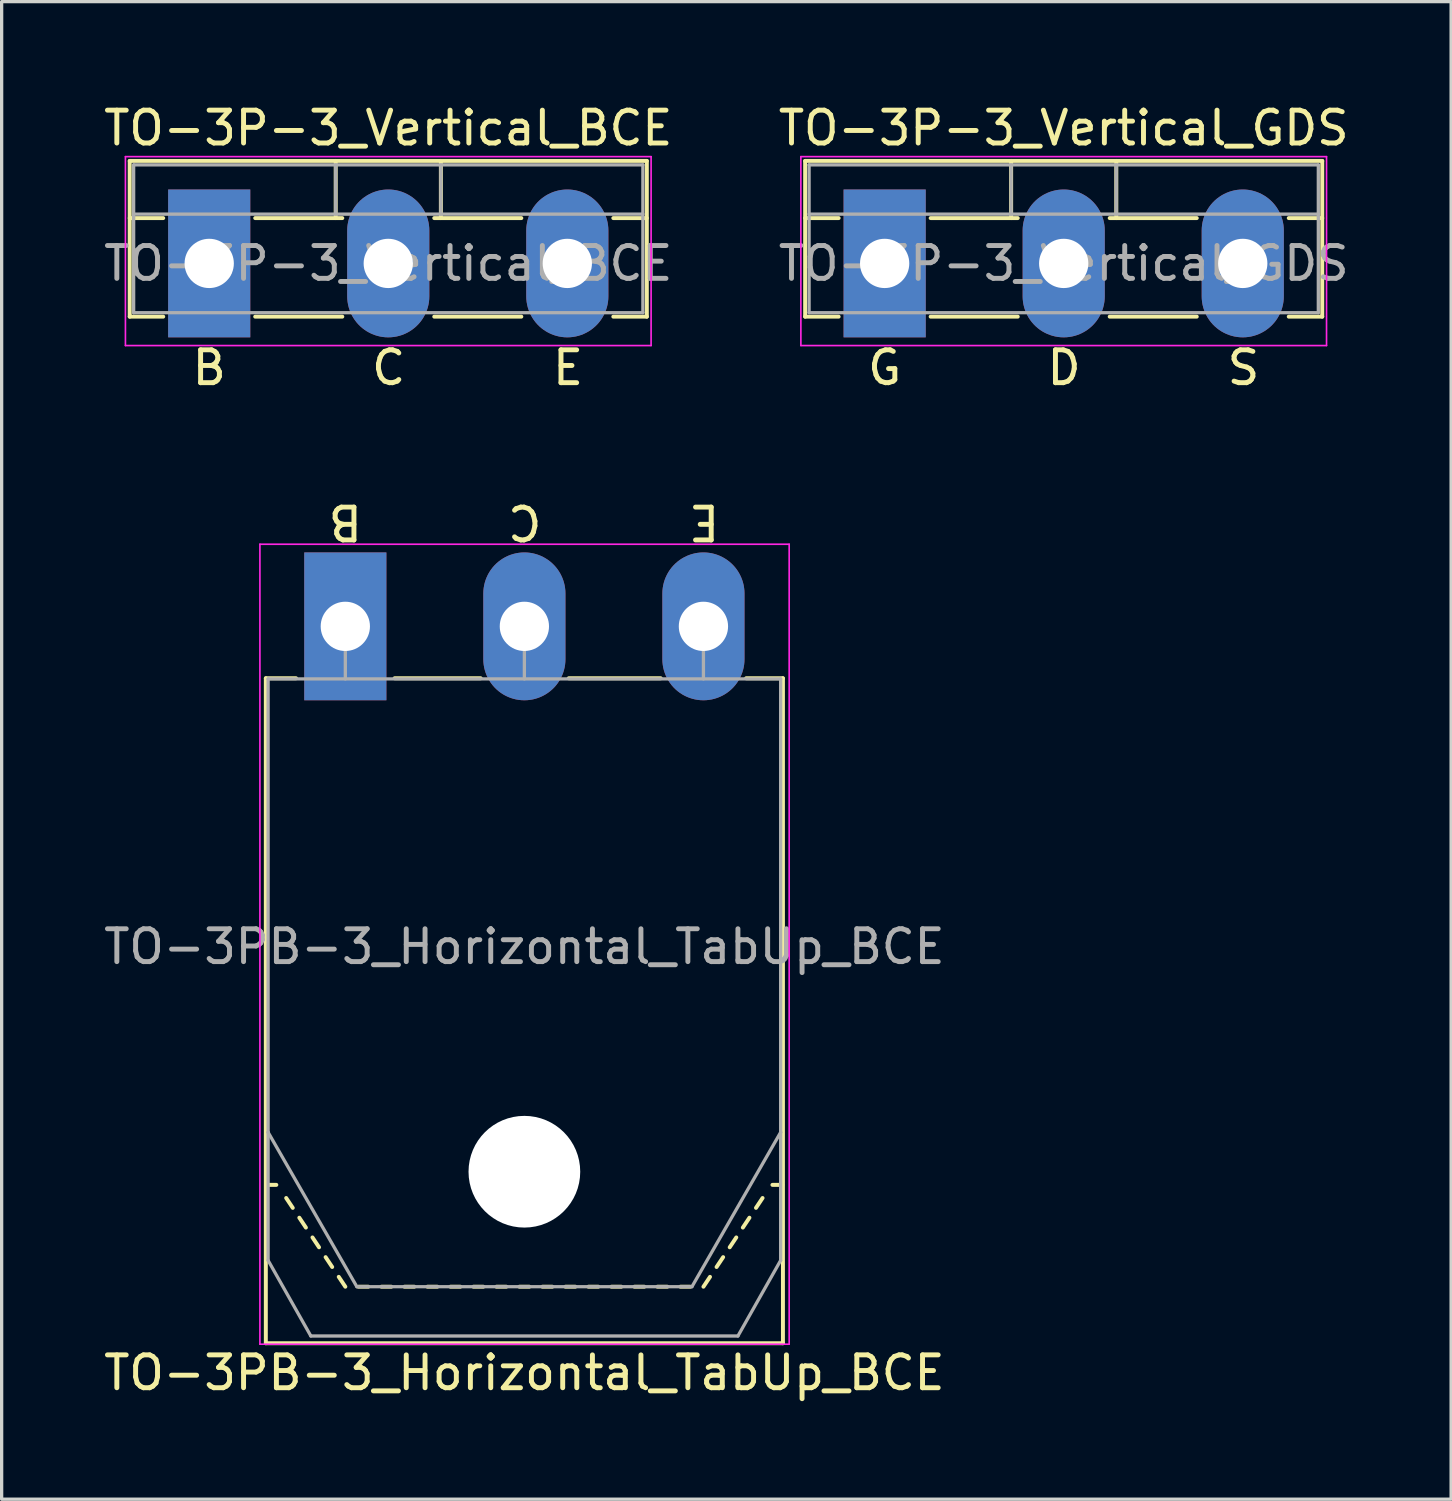
<source format=kicad_pcb>
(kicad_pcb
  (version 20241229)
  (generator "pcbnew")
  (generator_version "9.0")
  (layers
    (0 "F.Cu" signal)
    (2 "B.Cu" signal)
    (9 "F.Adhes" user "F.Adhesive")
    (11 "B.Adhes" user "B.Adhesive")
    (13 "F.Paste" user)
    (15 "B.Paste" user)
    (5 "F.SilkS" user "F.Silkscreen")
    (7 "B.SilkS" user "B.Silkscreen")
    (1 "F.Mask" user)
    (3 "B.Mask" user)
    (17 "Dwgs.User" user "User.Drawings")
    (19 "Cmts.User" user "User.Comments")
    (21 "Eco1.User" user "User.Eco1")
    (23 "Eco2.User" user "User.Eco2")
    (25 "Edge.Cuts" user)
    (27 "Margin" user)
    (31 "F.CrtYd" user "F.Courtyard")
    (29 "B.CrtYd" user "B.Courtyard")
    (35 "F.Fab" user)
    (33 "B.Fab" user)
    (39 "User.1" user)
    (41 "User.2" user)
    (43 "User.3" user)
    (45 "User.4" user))
  (footprint "TO-3P-3_Vertical_BCE"
    (layer "F.Cu")
    (at 3.318 4.968)
    (property "Reference" "TO-3P-3_Vertical_BCE" (at 5.45 -4.12 0) (layer "F.SilkS") (effects (font (size 1 1) (thickness 0.15))))
    (fp_line (start -2.42 -3.12) (end -2.42 1.62) (stroke (width 0.12) (type solid)) (layer "F.SilkS"))
    (fp_line (start -2.42 -3.12) (end 13.32 -3.12) (stroke (width 0.12) (type solid)) (layer "F.SilkS"))
    (fp_line (start -2.42 -1.38) (end -1.4 -1.38) (stroke (width 0.12) (type solid)) (layer "F.SilkS"))
    (fp_line (start -2.42 1.62) (end -1.4 1.62) (stroke (width 0.12) (type solid)) (layer "F.SilkS"))
    (fp_line (start 1.4 -1.38) (end 4.051 -1.38) (stroke (width 0.12) (type solid)) (layer "F.SilkS"))
    (fp_line (start 1.4 1.62) (end 4.051 1.62) (stroke (width 0.12) (type solid)) (layer "F.SilkS"))
    (fp_line (start 3.85 -3.12) (end 3.85 -1.38) (stroke (width 0.12) (type solid)) (layer "F.SilkS"))
    (fp_line (start 6.85 -1.38) (end 9.5 -1.38) (stroke (width 0.12) (type solid)) (layer "F.SilkS"))
    (fp_line (start 6.85 1.62) (end 9.5 1.62) (stroke (width 0.12) (type solid)) (layer "F.SilkS"))
    (fp_line (start 7.051 -3.12) (end 7.051 -1.38) (stroke (width 0.12) (type solid)) (layer "F.SilkS"))
    (fp_line (start 12.3 -1.38) (end 13.32 -1.38) (stroke (width 0.12) (type solid)) (layer "F.SilkS"))
    (fp_line (start 12.3 1.62) (end 13.32 1.62) (stroke (width 0.12) (type solid)) (layer "F.SilkS"))
    (fp_line (start 13.32 -3.12) (end 13.32 1.62) (stroke (width 0.12) (type solid)) (layer "F.SilkS"))
    (fp_line (start -2.55 -3.25) (end -2.55 2.5) (stroke (width 0.05) (type solid)) (layer "F.CrtYd"))
    (fp_line (start -2.55 2.5) (end 13.45 2.5) (stroke (width 0.05) (type solid)) (layer "F.CrtYd"))
    (fp_line (start 13.45 -3.25) (end -2.55 -3.25) (stroke (width 0.05) (type solid)) (layer "F.CrtYd"))
    (fp_line (start 13.45 2.5) (end 13.45 -3.25) (stroke (width 0.05) (type solid)) (layer "F.CrtYd"))
    (fp_line (start -2.3 -3) (end -2.3 1.5) (stroke (width 0.1) (type solid)) (layer "F.Fab"))
    (fp_line (start -2.3 -1.5) (end 13.2 -1.5) (stroke (width 0.1) (type solid)) (layer "F.Fab"))
    (fp_line (start -2.3 1.5) (end 13.2 1.5) (stroke (width 0.1) (type solid)) (layer "F.Fab"))
    (fp_line (start 3.85 -3) (end 3.85 -1.5) (stroke (width 0.1) (type solid)) (layer "F.Fab"))
    (fp_line (start 7.05 -3) (end 7.05 -1.5) (stroke (width 0.1) (type solid)) (layer "F.Fab"))
    (fp_line (start 13.2 -3) (end -2.3 -3) (stroke (width 0.1) (type solid)) (layer "F.Fab"))
    (fp_line (start 13.2 1.5) (end 13.2 -3) (stroke (width 0.1) (type solid)) (layer "F.Fab"))
    (fp_text user "B" (at 0 3.175 0) (unlocked yes) (layer "F.SilkS") (effects (font (size 1 1) (thickness 0.15))))
    (fp_text user "E" (at 10.922 3.175 0) (unlocked yes) (layer "F.SilkS") (effects (font (size 1 1) (thickness 0.15))))
    (fp_text user "C" (at 5.461 3.175 0) (unlocked yes) (layer "F.SilkS") (effects (font (size 1 1) (thickness 0.15))))
    (fp_text user "${REFERENCE}" (at 5.45 0 0) (layer "F.Fab") (effects (font (size 1 1) (thickness 0.15))))
    (pad "1" thru_hole rect (at 0 0) (size 2.5 4.5) (drill 1.5) (layers "*.Cu" "*.Mask"))
    (pad "2" thru_hole oval (at 5.45 0) (size 2.5 4.5) (drill 1.5) (layers "*.Cu" "*.Mask"))
    (pad "3" thru_hole oval (at 10.9 0) (size 2.5 4.5) (drill 1.5) (layers "*.Cu" "*.Mask")))
  (footprint "TO-3PB-3_Horizontal_TabUp_BCE"
    (layer "F.Cu")
    (at 7.461 16.015)
    (property "Reference" "TO-3PB-3_Horizontal_TabUp_BCE" (at 5.45 22.72 0) (layer "F.SilkS") (effects (font (size 1 1) (thickness 0.15))))
    (fp_line (start -2.42 21.82) (end -2.42 1.58) (stroke (width 0.12) (type solid)) (layer "F.SilkS"))
    (fp_line (start -2.1 17) (end -2.4 17) (stroke (width 0.12) (type solid)) (layer "F.SilkS"))
    (fp_line (start -1.8 17.4) (end -1.6 17.7) (stroke (width 0.12) (type solid)) (layer "F.SilkS"))
    (fp_line (start -1.5 1.58) (end -2.42 1.58) (stroke (width 0.12) (type solid)) (layer "F.SilkS"))
    (fp_line (start -1.4 18) (end -1.2 18.3) (stroke (width 0.12) (type solid)) (layer "F.SilkS"))
    (fp_line (start -1 18.6) (end -0.8 18.9) (stroke (width 0.12) (type solid)) (layer "F.SilkS"))
    (fp_line (start -0.6 19.2) (end -0.4 19.5) (stroke (width 0.12) (type solid)) (layer "F.SilkS"))
    (fp_line (start -0.2 19.8) (end 0 20.1) (stroke (width 0.12) (type solid)) (layer "F.SilkS"))
    (fp_line (start 0.7 20.1) (end 0.4 20.1) (stroke (width 0.12) (type solid)) (layer "F.SilkS"))
    (fp_line (start 1.4 20.1) (end 1.1 20.1) (stroke (width 0.12) (type solid)) (layer "F.SilkS"))
    (fp_line (start 2.1 20.1) (end 1.8 20.1) (stroke (width 0.12) (type solid)) (layer "F.SilkS"))
    (fp_line (start 2.8 20.1) (end 2.5 20.1) (stroke (width 0.12) (type solid)) (layer "F.SilkS"))
    (fp_line (start 3.5 20.1) (end 3.2 20.1) (stroke (width 0.12) (type solid)) (layer "F.SilkS"))
    (fp_line (start 4.12 1.58) (end 1.5 1.58) (stroke (width 0.12) (type solid)) (layer "F.SilkS"))
    (fp_line (start 4.2 20.1) (end 3.9 20.1) (stroke (width 0.12) (type solid)) (layer "F.SilkS"))
    (fp_line (start 4.9 20.1) (end 4.6 20.1) (stroke (width 0.12) (type solid)) (layer "F.SilkS"))
    (fp_line (start 5.6 20.1) (end 5.3 20.1) (stroke (width 0.12) (type solid)) (layer "F.SilkS"))
    (fp_line (start 6.3 20.1) (end 6 20.1) (stroke (width 0.12) (type solid)) (layer "F.SilkS"))
    (fp_line (start 7 20.1) (end 6.7 20.1) (stroke (width 0.12) (type solid)) (layer "F.SilkS"))
    (fp_line (start 7.7 20.1) (end 7.4 20.1) (stroke (width 0.12) (type solid)) (layer "F.SilkS"))
    (fp_line (start 8.4 20.1) (end 8.1 20.1) (stroke (width 0.12) (type solid)) (layer "F.SilkS"))
    (fp_line (start 9.1 20.1) (end 8.8 20.1) (stroke (width 0.12) (type solid)) (layer "F.SilkS"))
    (fp_line (start 9.6 1.58) (end 6.8 1.58) (stroke (width 0.12) (type solid)) (layer "F.SilkS"))
    (fp_line (start 9.8 20.1) (end 9.5 20.1) (stroke (width 0.12) (type solid)) (layer "F.SilkS"))
    (fp_line (start 10.5 20.1) (end 10.2 20.1) (stroke (width 0.12) (type solid)) (layer "F.SilkS"))
    (fp_line (start 11.1 19.8) (end 10.9 20.1) (stroke (width 0.12) (type solid)) (layer "F.SilkS"))
    (fp_line (start 11.5 19.2) (end 11.3 19.5) (stroke (width 0.12) (type solid)) (layer "F.SilkS"))
    (fp_line (start 11.9 18.6) (end 11.7 18.9) (stroke (width 0.12) (type solid)) (layer "F.SilkS"))
    (fp_line (start 12.3 18) (end 12.1 18.3) (stroke (width 0.12) (type solid)) (layer "F.SilkS"))
    (fp_line (start 12.7 17.4) (end 12.5 17.7) (stroke (width 0.12) (type solid)) (layer "F.SilkS"))
    (fp_line (start 13 17) (end 13.3 17) (stroke (width 0.12) (type solid)) (layer "F.SilkS"))
    (fp_line (start 13.32 1.58) (end 12.2 1.58) (stroke (width 0.12) (type solid)) (layer "F.SilkS"))
    (fp_line (start 13.32 21.82) (end -2.42 21.82) (stroke (width 0.12) (type solid)) (layer "F.SilkS"))
    (fp_line (start 13.32 21.82) (end 13.32 1.58) (stroke (width 0.12) (type solid)) (layer "F.SilkS"))
    (fp_line (start -2.6 -2.5) (end -2.6 21.85) (stroke (width 0.05) (type solid)) (layer "F.CrtYd"))
    (fp_line (start -2.6 21.85) (end 13.51 21.85) (stroke (width 0.05) (type solid)) (layer "F.CrtYd"))
    (fp_line (start 13.51 -2.5) (end -2.6 -2.5) (stroke (width 0.05) (type solid)) (layer "F.CrtYd"))
    (fp_line (start 13.51 21.85) (end 13.51 -2.5) (stroke (width 0.05) (type solid)) (layer "F.CrtYd"))
    (fp_line (start -2.35 1.6) (end -2.35 15.401) (stroke (width 0.1) (type solid)) (layer "F.Fab"))
    (fp_line (start -2.35 15.401) (end -2.35 19.3) (stroke (width 0.1) (type solid)) (layer "F.Fab"))
    (fp_line (start -2.35 15.401) (end 0.351 20.1) (stroke (width 0.1) (type solid)) (layer "F.Fab"))
    (fp_line (start -2.35 19.3) (end -1.05 21.6) (stroke (width 0.1) (type solid)) (layer "F.Fab"))
    (fp_line (start -1.05 21.6) (end 11.95 21.6) (stroke (width 0.1) (type solid)) (layer "F.Fab"))
    (fp_line (start 0 1.6) (end 0 0) (stroke (width 0.1) (type solid)) (layer "F.Fab"))
    (fp_line (start 0.351 20.1) (end 10.55 20.1) (stroke (width 0.1) (type solid)) (layer "F.Fab"))
    (fp_line (start 5.45 1.6) (end 5.45 0) (stroke (width 0.1) (type solid)) (layer "F.Fab"))
    (fp_line (start 10.55 20.1) (end 13.25 15.401) (stroke (width 0.1) (type solid)) (layer "F.Fab"))
    (fp_line (start 10.9 1.6) (end 10.9 0) (stroke (width 0.1) (type solid)) (layer "F.Fab"))
    (fp_line (start 11.95 21.6) (end 13.25 19.3) (stroke (width 0.1) (type solid)) (layer "F.Fab"))
    (fp_line (start 13.25 1.6) (end -2.35 1.6) (stroke (width 0.1) (type solid)) (layer "F.Fab"))
    (fp_line (start 13.25 15.401) (end 13.25 1.6) (stroke (width 0.1) (type solid)) (layer "F.Fab"))
    (fp_line (start 13.25 19.3) (end 13.25 15.401) (stroke (width 0.1) (type solid)) (layer "F.Fab"))
    (fp_circle (center 5.45 16.6) (end 7.05 16.6) (stroke (width 0.1) (type solid)) (fill no) (layer "F.Fab"))
    (fp_text user "C" (at 5.461 -3.175 180) (unlocked yes) (layer "F.SilkS") (effects (font (size 1 1) (thickness 0.15))))
    (fp_text user "E" (at 10.922 -3.175 180) (unlocked yes) (layer "F.SilkS") (effects (font (size 1 1) (thickness 0.15))))
    (fp_text user "B" (at 0 -3.175 180) (unlocked yes) (layer "F.SilkS") (effects (font (size 1 1) (thickness 0.15))))
    (fp_text user "${REFERENCE}" (at 5.45 9.75 0) (layer "F.Fab") (effects (font (size 1 1) (thickness 0.15))))
    (pad "" np_thru_hole oval (at 5.45 16.6) (size 3.4 3.4) (drill 3.4) (layers "*.Cu" "*.Mask"))
    (pad "1" thru_hole rect (at 0 0) (size 2.5 4.5) (drill 1.5) (layers "*.Cu" "*.Mask"))
    (pad "2" thru_hole oval (at 5.45 0) (size 2.5 4.5) (drill 1.5) (layers "*.Cu" "*.Mask"))
    (pad "3" thru_hole oval (at 10.9 0) (size 2.5 4.5) (drill 1.5) (layers "*.Cu" "*.Mask")))
  (footprint "TO-3P-3_Vertical_GDS"
    (layer "F.Cu")
    (at 23.877 4.968)
    (property "Reference" "TO-3P-3_Vertical_GDS" (at 5.45 -4.12 0) (layer "F.SilkS") (effects (font (size 1 1) (thickness 0.15))))
    (fp_line (start -2.42 -3.12) (end -2.42 1.62) (stroke (width 0.12) (type solid)) (layer "F.SilkS"))
    (fp_line (start -2.42 -3.12) (end 13.32 -3.12) (stroke (width 0.12) (type solid)) (layer "F.SilkS"))
    (fp_line (start -2.42 -1.38) (end -1.4 -1.38) (stroke (width 0.12) (type solid)) (layer "F.SilkS"))
    (fp_line (start -2.42 1.62) (end -1.4 1.62) (stroke (width 0.12) (type solid)) (layer "F.SilkS"))
    (fp_line (start 1.4 -1.38) (end 4.051 -1.38) (stroke (width 0.12) (type solid)) (layer "F.SilkS"))
    (fp_line (start 1.4 1.62) (end 4.051 1.62) (stroke (width 0.12) (type solid)) (layer "F.SilkS"))
    (fp_line (start 3.85 -3.12) (end 3.85 -1.38) (stroke (width 0.12) (type solid)) (layer "F.SilkS"))
    (fp_line (start 6.85 -1.38) (end 9.5 -1.38) (stroke (width 0.12) (type solid)) (layer "F.SilkS"))
    (fp_line (start 6.85 1.62) (end 9.5 1.62) (stroke (width 0.12) (type solid)) (layer "F.SilkS"))
    (fp_line (start 7.051 -3.12) (end 7.051 -1.38) (stroke (width 0.12) (type solid)) (layer "F.SilkS"))
    (fp_line (start 12.3 -1.38) (end 13.32 -1.38) (stroke (width 0.12) (type solid)) (layer "F.SilkS"))
    (fp_line (start 12.3 1.62) (end 13.32 1.62) (stroke (width 0.12) (type solid)) (layer "F.SilkS"))
    (fp_line (start 13.32 -3.12) (end 13.32 1.62) (stroke (width 0.12) (type solid)) (layer "F.SilkS"))
    (fp_line (start -2.55 -3.25) (end -2.55 2.5) (stroke (width 0.05) (type solid)) (layer "F.CrtYd"))
    (fp_line (start -2.55 2.5) (end 13.45 2.5) (stroke (width 0.05) (type solid)) (layer "F.CrtYd"))
    (fp_line (start 13.45 -3.25) (end -2.55 -3.25) (stroke (width 0.05) (type solid)) (layer "F.CrtYd"))
    (fp_line (start 13.45 2.5) (end 13.45 -3.25) (stroke (width 0.05) (type solid)) (layer "F.CrtYd"))
    (fp_line (start -2.3 -3) (end -2.3 1.5) (stroke (width 0.1) (type solid)) (layer "F.Fab"))
    (fp_line (start -2.3 -1.5) (end 13.2 -1.5) (stroke (width 0.1) (type solid)) (layer "F.Fab"))
    (fp_line (start -2.3 1.5) (end 13.2 1.5) (stroke (width 0.1) (type solid)) (layer "F.Fab"))
    (fp_line (start 3.85 -3) (end 3.85 -1.5) (stroke (width 0.1) (type solid)) (layer "F.Fab"))
    (fp_line (start 7.05 -3) (end 7.05 -1.5) (stroke (width 0.1) (type solid)) (layer "F.Fab"))
    (fp_line (start 13.2 -3) (end -2.3 -3) (stroke (width 0.1) (type solid)) (layer "F.Fab"))
    (fp_line (start 13.2 1.5) (end 13.2 -3) (stroke (width 0.1) (type solid)) (layer "F.Fab"))
    (fp_text user "G" (at 0 3.175 0) (unlocked yes) (layer "F.SilkS") (effects (font (size 1 1) (thickness 0.15))))
    (fp_text user "D" (at 5.461 3.175 0) (unlocked yes) (layer "F.SilkS") (effects (font (size 1 1) (thickness 0.15))))
    (fp_text user "S" (at 10.922 3.175 0) (unlocked yes) (layer "F.SilkS") (effects (font (size 1 1) (thickness 0.15))))
    (fp_text user "${REFERENCE}" (at 5.45 0 0) (layer "F.Fab") (effects (font (size 1 1) (thickness 0.15))))
    (pad "1" thru_hole rect (at 0 0) (size 2.5 4.5) (drill 1.5) (layers "*.Cu" "*.Mask"))
    (pad "2" thru_hole oval (at 5.45 0) (size 2.5 4.5) (drill 1.5) (layers "*.Cu" "*.Mask"))
    (pad "3" thru_hole oval (at 10.9 0) (size 2.5 4.5) (drill 1.5) (layers "*.Cu" "*.Mask")))
  (gr_rect
    (start -3 -3)
    (end 41.119 42.583)
    (stroke (width 0.1) (type default))
    (fill no)
    (layer "Edge.Cuts")))
</source>
